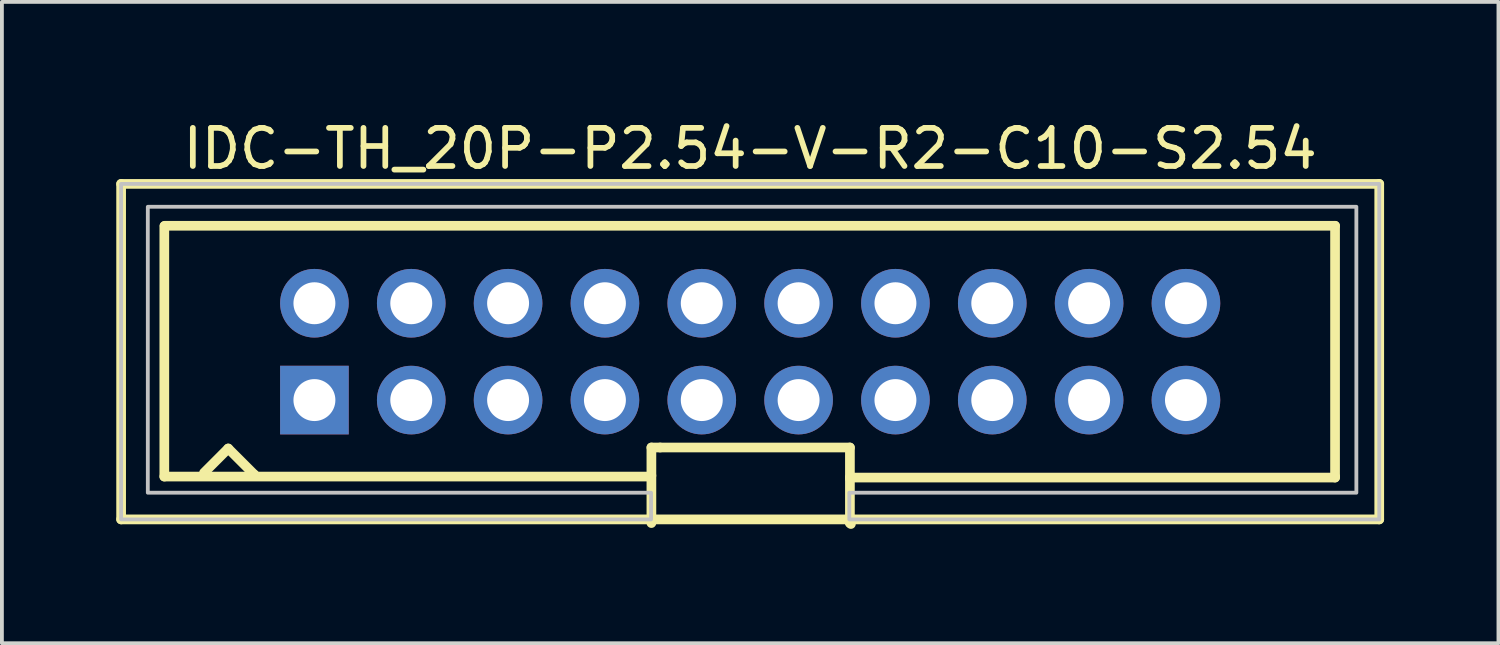
<source format=kicad_pcb>
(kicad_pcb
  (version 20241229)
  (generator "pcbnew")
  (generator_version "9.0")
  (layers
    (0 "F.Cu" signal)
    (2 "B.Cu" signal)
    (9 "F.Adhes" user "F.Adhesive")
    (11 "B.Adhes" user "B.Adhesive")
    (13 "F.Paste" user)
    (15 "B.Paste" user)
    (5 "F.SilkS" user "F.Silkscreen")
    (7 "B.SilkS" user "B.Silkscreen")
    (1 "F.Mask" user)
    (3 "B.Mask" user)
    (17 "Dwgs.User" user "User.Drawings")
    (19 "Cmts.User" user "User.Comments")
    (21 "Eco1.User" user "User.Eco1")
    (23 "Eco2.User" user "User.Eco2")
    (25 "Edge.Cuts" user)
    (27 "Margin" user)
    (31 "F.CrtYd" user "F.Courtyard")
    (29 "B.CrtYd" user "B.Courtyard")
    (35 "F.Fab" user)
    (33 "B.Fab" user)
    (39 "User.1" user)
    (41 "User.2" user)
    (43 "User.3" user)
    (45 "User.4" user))
  (footprint "IDC-TH_20P-P2.54-V-R2-C10-S2.54"
    (layer "F.Cu")
    (at 16.627 6.174)
    (property "Reference" "IDC-TH_20P-P2.54-V-R2-C10-S2.54" (at 0 -5.325 0) (layer "F.SilkS") (effects (font (size 1 1) (thickness 0.15))))
    (fp_line (start -16.5 -4.4) (end 16.5 -4.4) (stroke (width 0.254) (type default)) (layer "F.SilkS"))
    (fp_line (start -16.5 4.4) (end -16.5 -4.4) (stroke (width 0.254) (type default)) (layer "F.SilkS"))
    (fp_line (start -15.367 3.276) (end -15.367 -3.293) (stroke (width 0.254) (type default)) (layer "F.SilkS"))
    (fp_line (start -15.367 3.276) (end -2.616 3.276) (stroke (width 0.254) (type default)) (layer "F.SilkS"))
    (fp_line (start -15.358 -3.302) (end 15.341 -3.302) (stroke (width 0.254) (type default)) (layer "F.SilkS"))
    (fp_line (start -14.325 3.175) (end -13.691 2.54) (stroke (width 0.254) (type default)) (layer "F.SilkS"))
    (fp_line (start -13.691 2.54) (end -13.005 3.226) (stroke (width 0.254) (type default)) (layer "F.SilkS"))
    (fp_line (start -13.005 3.226) (end -13.005 3.251) (stroke (width 0.254) (type default)) (layer "F.SilkS"))
    (fp_line (start -2.616 3.276) (end -2.591 3.251) (stroke (width 0.254) (type default)) (layer "F.SilkS"))
    (fp_line (start -2.591 2.514) (end -2.591 4.496) (stroke (width 0.254) (type default)) (layer "F.SilkS"))
    (fp_line (start -2.591 2.514) (end -2.362 2.514) (stroke (width 0.254) (type default)) (layer "F.SilkS"))
    (fp_line (start -2.362 2.514) (end 2.616 2.514) (stroke (width 0.254) (type default)) (layer "F.SilkS"))
    (fp_line (start 2.616 2.514) (end 2.616 4.496) (stroke (width 0.254) (type default)) (layer "F.SilkS"))
    (fp_line (start 2.616 3.302) (end 15.341 3.302) (stroke (width 0.254) (type default)) (layer "F.SilkS"))
    (fp_line (start 2.616 3.328) (end 2.616 3.302) (stroke (width 0.254) (type default)) (layer "F.SilkS"))
    (fp_line (start 2.616 4.496) (end 2.642 4.521) (stroke (width 0.254) (type default)) (layer "F.SilkS"))
    (fp_line (start 15.341 -3.302) (end 15.341 3.268) (stroke (width 0.254) (type default)) (layer "F.SilkS"))
    (fp_line (start 15.341 3.302) (end 15.341 3.276) (stroke (width 0.254) (type default)) (layer "F.SilkS"))
    (fp_line (start 16.5 -4.4) (end 16.5 4.4) (stroke (width 0.254) (type default)) (layer "F.SilkS"))
    (fp_line (start 16.5 4.4) (end -16.5 4.4) (stroke (width 0.254) (type default)) (layer "F.SilkS"))
    (fp_poly (pts (xy 2.6 4.4) (xy 16.5 4.4) (xy 16.5 -4.4) (xy -16.5 -4.4) (xy -16.5 4.4) (xy -2.6 4.4) (xy -2.6 3.7) (xy -15.7 3.7) (xy -15.8 3.7) (xy -15.8 -3.8) (xy 15.9 -3.8) (xy 15.9 3.7) (xy 2.6 3.7)) (stroke (width 0.1) (type default)) (fill no) (layer "Dwgs.User"))
    (fp_poly (pts (xy -11.75 -1.59) (xy -11.11 -1.59) (xy -11.11 -0.95) (xy -11.75 -0.95)) (stroke (width 0.1) (type default)) (fill no) (layer "User.1"))
    (fp_poly (pts (xy -11.75 0.95) (xy -11.11 0.95) (xy -11.11 1.59) (xy -11.75 1.59)) (stroke (width 0.1) (type default)) (fill no) (layer "User.1"))
    (fp_poly (pts (xy -9.21 -1.59) (xy -8.57 -1.59) (xy -8.57 -0.95) (xy -9.21 -0.95)) (stroke (width 0.1) (type default)) (fill no) (layer "User.1"))
    (fp_poly (pts (xy -9.21 0.95) (xy -8.57 0.95) (xy -8.57 1.59) (xy -9.21 1.59)) (stroke (width 0.1) (type default)) (fill no) (layer "User.1"))
    (fp_poly (pts (xy -6.67 -1.59) (xy -6.03 -1.59) (xy -6.03 -0.95) (xy -6.67 -0.95)) (stroke (width 0.1) (type default)) (fill no) (layer "User.1"))
    (fp_poly (pts (xy -6.67 0.95) (xy -6.03 0.95) (xy -6.03 1.59) (xy -6.67 1.59)) (stroke (width 0.1) (type default)) (fill no) (layer "User.1"))
    (fp_poly (pts (xy -4.13 -1.59) (xy -3.49 -1.59) (xy -3.49 -0.95) (xy -4.13 -0.95)) (stroke (width 0.1) (type default)) (fill no) (layer "User.1"))
    (fp_poly (pts (xy -4.13 0.95) (xy -3.49 0.95) (xy -3.49 1.59) (xy -4.13 1.59)) (stroke (width 0.1) (type default)) (fill no) (layer "User.1"))
    (fp_poly (pts (xy -1.59 -1.59) (xy -0.95 -1.59) (xy -0.95 -0.95) (xy -1.59 -0.95)) (stroke (width 0.1) (type default)) (fill no) (layer "User.1"))
    (fp_poly (pts (xy -1.59 0.95) (xy -0.95 0.95) (xy -0.95 1.59) (xy -1.59 1.59)) (stroke (width 0.1) (type default)) (fill no) (layer "User.1"))
    (fp_poly (pts (xy 0.95 -1.59) (xy 1.59 -1.59) (xy 1.59 -0.95) (xy 0.95 -0.95)) (stroke (width 0.1) (type default)) (fill no) (layer "User.1"))
    (fp_poly (pts (xy 0.95 0.95) (xy 1.59 0.95) (xy 1.59 1.59) (xy 0.95 1.59)) (stroke (width 0.1) (type default)) (fill no) (layer "User.1"))
    (fp_poly (pts (xy 3.49 -1.59) (xy 4.13 -1.59) (xy 4.13 -0.95) (xy 3.49 -0.95)) (stroke (width 0.1) (type default)) (fill no) (layer "User.1"))
    (fp_poly (pts (xy 3.49 0.95) (xy 4.13 0.95) (xy 4.13 1.59) (xy 3.49 1.59)) (stroke (width 0.1) (type default)) (fill no) (layer "User.1"))
    (fp_poly (pts (xy 6.03 -1.59) (xy 6.67 -1.59) (xy 6.67 -0.95) (xy 6.03 -0.95)) (stroke (width 0.1) (type default)) (fill no) (layer "User.1"))
    (fp_poly (pts (xy 6.03 0.95) (xy 6.67 0.95) (xy 6.67 1.59) (xy 6.03 1.59)) (stroke (width 0.1) (type default)) (fill no) (layer "User.1"))
    (fp_poly (pts (xy 8.57 -1.59) (xy 9.21 -1.59) (xy 9.21 -0.95) (xy 8.57 -0.95)) (stroke (width 0.1) (type default)) (fill no) (layer "User.1"))
    (fp_poly (pts (xy 8.57 0.95) (xy 9.21 0.95) (xy 9.21 1.59) (xy 8.57 1.59)) (stroke (width 0.1) (type default)) (fill no) (layer "User.1"))
    (fp_poly (pts (xy 11.11 -1.59) (xy 11.75 -1.59) (xy 11.75 -0.95) (xy 11.11 -0.95)) (stroke (width 0.1) (type default)) (fill no) (layer "User.1"))
    (fp_poly (pts (xy 11.11 0.95) (xy 11.75 0.95) (xy 11.75 1.59) (xy 11.11 1.59)) (stroke (width 0.1) (type default)) (fill no) (layer "User.1"))
    (fp_line (start -16.5 -4.4) (end -12.5 -4.4) (stroke (width 0.051) (type default)) (layer "User.2"))
    (fp_line (start -16.5 4.4) (end -16.5 -4.4) (stroke (width 0.051) (type default)) (layer "User.2"))
    (fp_line (start -12.5 -4.6) (end -12 -4.6) (stroke (width 0.051) (type default)) (layer "User.2"))
    (fp_line (start -12.5 -4.4) (end -12.5 -4.6) (stroke (width 0.051) (type default)) (layer "User.2"))
    (fp_line (start -12 -4.6) (end -11.5 -4.6) (stroke (width 0.051) (type default)) (layer "User.2"))
    (fp_line (start -11.5 -4.6) (end -11.5 -4.4) (stroke (width 0.051) (type default)) (layer "User.2"))
    (fp_line (start -11.5 -4.4) (end -0.5 -4.4) (stroke (width 0.051) (type default)) (layer "User.2"))
    (fp_line (start -0.5 -4.6) (end 0 -4.6) (stroke (width 0.051) (type default)) (layer "User.2"))
    (fp_line (start -0.5 -4.4) (end -0.5 -4.6) (stroke (width 0.051) (type default)) (layer "User.2"))
    (fp_line (start 0 -4.6) (end 0.5 -4.6) (stroke (width 0.051) (type default)) (layer "User.2"))
    (fp_line (start 0.5 -4.6) (end 0.5 -4.4) (stroke (width 0.051) (type default)) (layer "User.2"))
    (fp_line (start 0.5 -4.4) (end 11.5 -4.4) (stroke (width 0.051) (type default)) (layer "User.2"))
    (fp_line (start 11.5 -4.6) (end 12 -4.6) (stroke (width 0.051) (type default)) (layer "User.2"))
    (fp_line (start 11.5 -4.4) (end 11.5 -4.6) (stroke (width 0.051) (type default)) (layer "User.2"))
    (fp_line (start 12 -4.6) (end 12.5 -4.6) (stroke (width 0.051) (type default)) (layer "User.2"))
    (fp_line (start 12.5 -4.6) (end 12.5 -4.4) (stroke (width 0.051) (type default)) (layer "User.2"))
    (fp_line (start 12.5 -4.4) (end 16.5 -4.4) (stroke (width 0.051) (type default)) (layer "User.2"))
    (fp_line (start 16.5 -4.4) (end 16.5 4.4) (stroke (width 0.051) (type default)) (layer "User.2"))
    (fp_line (start 16.5 4.4) (end -16.5 4.4) (stroke (width 0.051) (type default)) (layer "User.2"))
    (fp_poly (pts (xy -16.44 4.4) (xy -16.458 4.358) (xy -16.5 4.34) (xy -16.542 4.358) (xy -16.56 4.4) (xy -16.542 4.442) (xy -16.5 4.46) (xy -16.458 4.442)) (stroke (width 0.1) (type default)) (fill no) (layer "User.3"))
    (pad "1" thru_hole rect (at -11.43 1.27) (size 1.8 1.8) (drill 1.1) (layers "*.Cu" "*.Mask"))
    (pad "2" thru_hole circle (at -11.43 -1.27) (size 1.8 1.8) (drill 1.1) (layers "*.Cu" "*.Mask"))
    (pad "3" thru_hole circle (at -8.89 1.27) (size 1.8 1.8) (drill 1.1) (layers "*.Cu" "*.Mask"))
    (pad "4" thru_hole circle (at -8.89 -1.27) (size 1.8 1.8) (drill 1.1) (layers "*.Cu" "*.Mask"))
    (pad "5" thru_hole circle (at -6.35 1.27) (size 1.8 1.8) (drill 1.1) (layers "*.Cu" "*.Mask"))
    (pad "6" thru_hole circle (at -6.35 -1.27) (size 1.8 1.8) (drill 1.1) (layers "*.Cu" "*.Mask"))
    (pad "7" thru_hole circle (at -3.81 1.27) (size 1.8 1.8) (drill 1.1) (layers "*.Cu" "*.Mask"))
    (pad "8" thru_hole circle (at -3.81 -1.27) (size 1.8 1.8) (drill 1.1) (layers "*.Cu" "*.Mask"))
    (pad "9" thru_hole circle (at -1.27 1.27) (size 1.8 1.8) (drill 1.1) (layers "*.Cu" "*.Mask"))
    (pad "10" thru_hole circle (at -1.27 -1.27) (size 1.8 1.8) (drill 1.1) (layers "*.Cu" "*.Mask"))
    (pad "11" thru_hole circle (at 1.27 1.27) (size 1.8 1.8) (drill 1.1) (layers "*.Cu" "*.Mask"))
    (pad "12" thru_hole circle (at 1.27 -1.27) (size 1.8 1.8) (drill 1.1) (layers "*.Cu" "*.Mask"))
    (pad "13" thru_hole circle (at 3.81 1.27) (size 1.8 1.8) (drill 1.1) (layers "*.Cu" "*.Mask"))
    (pad "14" thru_hole circle (at 3.81 -1.27) (size 1.8 1.8) (drill 1.1) (layers "*.Cu" "*.Mask"))
    (pad "15" thru_hole circle (at 6.35 1.27) (size 1.8 1.8) (drill 1.1) (layers "*.Cu" "*.Mask"))
    (pad "16" thru_hole circle (at 6.35 -1.27) (size 1.8 1.8) (drill 1.1) (layers "*.Cu" "*.Mask"))
    (pad "17" thru_hole circle (at 8.89 1.27) (size 1.8 1.8) (drill 1.1) (layers "*.Cu" "*.Mask"))
    (pad "18" thru_hole circle (at 8.89 -1.27) (size 1.8 1.8) (drill 1.1) (layers "*.Cu" "*.Mask"))
    (pad "19" thru_hole circle (at 11.43 1.27) (size 1.8 1.8) (drill 1.1) (layers "*.Cu" "*.Mask"))
    (pad "20" thru_hole circle (at 11.43 -1.27) (size 1.8 1.8) (drill 1.1) (layers "*.Cu" "*.Mask")))
  (gr_rect
    (start -3 -3)
    (end 36.254 13.822)
    (stroke (width 0.1) (type default))
    (fill no)
    (layer "Edge.Cuts")))
</source>
